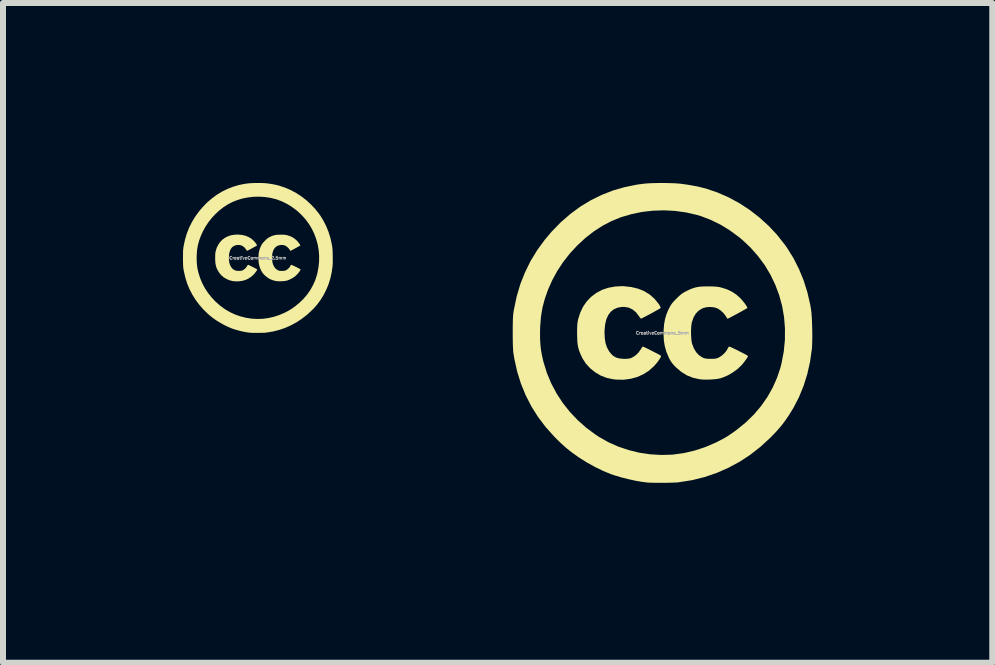
<source format=kicad_pcb>
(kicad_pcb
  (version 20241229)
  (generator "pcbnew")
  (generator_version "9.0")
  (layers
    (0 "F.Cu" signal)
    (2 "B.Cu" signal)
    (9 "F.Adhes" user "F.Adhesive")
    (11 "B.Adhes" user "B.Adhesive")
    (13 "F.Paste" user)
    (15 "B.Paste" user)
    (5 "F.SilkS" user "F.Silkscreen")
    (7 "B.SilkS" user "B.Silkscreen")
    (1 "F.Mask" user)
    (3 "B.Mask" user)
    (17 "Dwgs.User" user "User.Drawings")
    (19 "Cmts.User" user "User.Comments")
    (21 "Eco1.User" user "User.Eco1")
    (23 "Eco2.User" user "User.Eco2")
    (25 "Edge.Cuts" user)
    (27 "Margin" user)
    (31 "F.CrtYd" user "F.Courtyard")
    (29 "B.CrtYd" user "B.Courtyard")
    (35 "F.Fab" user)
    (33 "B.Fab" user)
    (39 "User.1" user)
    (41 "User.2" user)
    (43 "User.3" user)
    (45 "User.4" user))
  (footprint "CreativeCommons_2.5mm"
    (layer "F.Cu")
    (at 1.248 1.25)
    (property "Reference" "CreativeCommons_2.5mm" (at 0 0 0) (layer "F.Fab") (effects (font (size 0.05 0.05) (thickness 0.013))))
    (attr board_only exclude_from_pos_files exclude_from_bom)
    (fp_poly (pts (xy -0.32 -0.389) (xy -0.259 -0.383) (xy -0.202 -0.369) (xy -0.152 -0.348) (xy -0.107 -0.32) (xy -0.067 -0.285) (xy -0.032 -0.243) (xy -0.025 -0.233) (xy -0.018 -0.221) (xy -0.015 -0.211) (xy -0.015 -0.208) (xy -0.019 -0.205) (xy -0.03 -0.198) (xy -0.046 -0.189) (xy -0.066 -0.178) (xy -0.088 -0.166) (xy -0.111 -0.153) (xy -0.133 -0.142) (xy -0.153 -0.131) (xy -0.169 -0.123) (xy -0.178 -0.119) (xy -0.182 -0.122) (xy -0.189 -0.13) (xy -0.197 -0.142) (xy -0.221 -0.173) (xy -0.249 -0.196) (xy -0.281 -0.211) (xy -0.316 -0.217) (xy -0.335 -0.217) (xy -0.372 -0.211) (xy -0.404 -0.197) (xy -0.43 -0.177) (xy -0.452 -0.149) (xy -0.467 -0.113) (xy -0.478 -0.071) (xy -0.482 -0.022) (xy -0.483 -0.007) (xy -0.481 0.042) (xy -0.474 0.084) (xy -0.462 0.121) (xy -0.445 0.152) (xy -0.427 0.175) (xy -0.406 0.193) (xy -0.383 0.206) (xy -0.356 0.213) (xy -0.323 0.216) (xy -0.318 0.216) (xy -0.295 0.215) (xy -0.278 0.214) (xy -0.264 0.21) (xy -0.254 0.206) (xy -0.226 0.189) (xy -0.2 0.165) (xy -0.181 0.138) (xy -0.173 0.125) (xy -0.167 0.116) (xy -0.163 0.114) (xy -0.157 0.116) (xy -0.145 0.121) (xy -0.128 0.129) (xy -0.108 0.139) (xy -0.087 0.15) (xy -0.065 0.161) (xy -0.045 0.171) (xy -0.029 0.18) (xy -0.017 0.187) (xy -0.012 0.191) (xy -0.012 0.191) (xy -0.012 0.197) (xy -0.018 0.209) (xy -0.028 0.225) (xy -0.041 0.242) (xy -0.056 0.261) (xy -0.07 0.277) (xy -0.112 0.314) (xy -0.159 0.345) (xy -0.21 0.368) (xy -0.266 0.383) (xy -0.324 0.39) (xy -0.385 0.389) (xy -0.414 0.386) (xy -0.466 0.374) (xy -0.515 0.354) (xy -0.561 0.328) (xy -0.602 0.295) (xy -0.637 0.256) (xy -0.665 0.213) (xy -0.67 0.204) (xy -0.684 0.175) (xy -0.694 0.148) (xy -0.701 0.122) (xy -0.706 0.095) (xy -0.709 0.064) (xy -0.711 0.028) (xy -0.711 0.007) (xy -0.711 -0.027) (xy -0.71 -0.053) (xy -0.709 -0.074) (xy -0.707 -0.092) (xy -0.704 -0.109) (xy -0.703 -0.111) (xy -0.686 -0.168) (xy -0.661 -0.218) (xy -0.631 -0.263) (xy -0.594 -0.302) (xy -0.551 -0.334) (xy -0.503 -0.359) (xy -0.451 -0.377) (xy -0.394 -0.387) (xy -0.333 -0.39)) (stroke (width 0) (type solid)) (fill yes) (layer "F.SilkS"))
    (fp_poly (pts (xy 0.384 -0.388) (xy 0.415 -0.388) (xy 0.439 -0.387) (xy 0.458 -0.385) (xy 0.475 -0.382) (xy 0.492 -0.378) (xy 0.493 -0.378) (xy 0.539 -0.363) (xy 0.579 -0.344) (xy 0.615 -0.32) (xy 0.647 -0.292) (xy 0.661 -0.278) (xy 0.674 -0.261) (xy 0.687 -0.244) (xy 0.698 -0.229) (xy 0.705 -0.216) (xy 0.708 -0.209) (xy 0.708 -0.208) (xy 0.704 -0.205) (xy 0.693 -0.199) (xy 0.677 -0.19) (xy 0.658 -0.179) (xy 0.636 -0.167) (xy 0.614 -0.155) (xy 0.592 -0.143) (xy 0.573 -0.133) (xy 0.557 -0.125) (xy 0.547 -0.12) (xy 0.543 -0.118) (xy 0.54 -0.122) (xy 0.534 -0.131) (xy 0.53 -0.138) (xy 0.512 -0.162) (xy 0.489 -0.184) (xy 0.465 -0.201) (xy 0.457 -0.205) (xy 0.43 -0.214) (xy 0.399 -0.217) (xy 0.368 -0.214) (xy 0.339 -0.207) (xy 0.332 -0.204) (xy 0.302 -0.186) (xy 0.278 -0.161) (xy 0.259 -0.129) (xy 0.246 -0.09) (xy 0.245 -0.086) (xy 0.241 -0.066) (xy 0.239 -0.039) (xy 0.239 -0.009) (xy 0.239 0.021) (xy 0.241 0.05) (xy 0.244 0.074) (xy 0.247 0.088) (xy 0.262 0.128) (xy 0.281 0.16) (xy 0.304 0.185) (xy 0.332 0.203) (xy 0.334 0.205) (xy 0.346 0.21) (xy 0.358 0.213) (xy 0.373 0.215) (xy 0.393 0.216) (xy 0.402 0.216) (xy 0.425 0.215) (xy 0.441 0.214) (xy 0.454 0.211) (xy 0.466 0.207) (xy 0.47 0.205) (xy 0.492 0.191) (xy 0.514 0.172) (xy 0.532 0.151) (xy 0.543 0.133) (xy 0.549 0.121) (xy 0.555 0.114) (xy 0.557 0.114) (xy 0.564 0.116) (xy 0.576 0.121) (xy 0.593 0.129) (xy 0.613 0.139) (xy 0.635 0.149) (xy 0.657 0.16) (xy 0.677 0.171) (xy 0.694 0.18) (xy 0.707 0.187) (xy 0.713 0.192) (xy 0.714 0.192) (xy 0.711 0.199) (xy 0.704 0.211) (xy 0.694 0.226) (xy 0.682 0.242) (xy 0.669 0.258) (xy 0.66 0.269) (xy 0.627 0.301) (xy 0.587 0.33) (xy 0.543 0.354) (xy 0.499 0.373) (xy 0.477 0.379) (xy 0.456 0.383) (xy 0.428 0.386) (xy 0.397 0.388) (xy 0.365 0.389) (xy 0.335 0.388) (xy 0.311 0.386) (xy 0.309 0.386) (xy 0.254 0.373) (xy 0.204 0.353) (xy 0.158 0.325) (xy 0.115 0.289) (xy 0.113 0.287) (xy 0.094 0.267) (xy 0.08 0.25) (xy 0.069 0.234) (xy 0.058 0.214) (xy 0.053 0.205) (xy 0.033 0.158) (xy 0.02 0.111) (xy 0.012 0.061) (xy 0.01 0.006) (xy 0.011 -0.027) (xy 0.014 -0.074) (xy 0.022 -0.116) (xy 0.033 -0.155) (xy 0.05 -0.194) (xy 0.053 -0.2) (xy 0.063 -0.22) (xy 0.072 -0.236) (xy 0.084 -0.25) (xy 0.098 -0.266) (xy 0.117 -0.286) (xy 0.118 -0.287) (xy 0.138 -0.306) (xy 0.154 -0.321) (xy 0.169 -0.332) (xy 0.185 -0.342) (xy 0.205 -0.352) (xy 0.233 -0.365) (xy 0.259 -0.374) (xy 0.284 -0.381) (xy 0.31 -0.385) (xy 0.34 -0.387) (xy 0.376 -0.388)) (stroke (width 0) (type solid)) (fill yes) (layer "F.SilkS"))
    (fp_poly (pts (xy 0.055 -1.249) (xy 0.099 -1.248) (xy 0.138 -1.245) (xy 0.157 -1.243) (xy 0.208 -1.236) (xy 0.261 -1.227) (xy 0.313 -1.216) (xy 0.359 -1.204) (xy 0.365 -1.202) (xy 0.46 -1.17) (xy 0.553 -1.129) (xy 0.642 -1.081) (xy 0.728 -1.025) (xy 0.809 -0.962) (xy 0.885 -0.892) (xy 0.956 -0.817) (xy 1.02 -0.736) (xy 1.041 -0.707) (xy 1.093 -0.622) (xy 1.139 -0.531) (xy 1.178 -0.435) (xy 1.209 -0.336) (xy 1.232 -0.233) (xy 1.239 -0.195) (xy 1.242 -0.17) (xy 1.245 -0.138) (xy 1.247 -0.101) (xy 1.248 -0.06) (xy 1.249 -0.018) (xy 1.249 0.024) (xy 1.249 0.064) (xy 1.248 0.099) (xy 1.246 0.128) (xy 1.246 0.135) (xy 1.231 0.241) (xy 1.208 0.343) (xy 1.177 0.442) (xy 1.138 0.536) (xy 1.092 0.625) (xy 1.053 0.688) (xy 1.025 0.728) (xy 0.999 0.763) (xy 0.973 0.795) (xy 0.944 0.828) (xy 0.91 0.863) (xy 0.9 0.873) (xy 0.819 0.948) (xy 0.733 1.014) (xy 0.644 1.073) (xy 0.55 1.124) (xy 0.453 1.167) (xy 0.352 1.201) (xy 0.248 1.227) (xy 0.14 1.244) (xy 0.13 1.245) (xy 0.113 1.247) (xy 0.09 1.248) (xy 0.061 1.248) (xy 0.029 1.249) (xy -0.005 1.249) (xy -0.038 1.249) (xy -0.069 1.249) (xy -0.096 1.248) (xy -0.117 1.247) (xy -0.125 1.247) (xy -0.174 1.241) (xy -0.228 1.231) (xy -0.285 1.219) (xy -0.342 1.204) (xy -0.396 1.188) (xy -0.428 1.177) (xy -0.494 1.15) (xy -0.562 1.117) (xy -0.63 1.079) (xy -0.697 1.038) (xy -0.758 0.994) (xy -0.798 0.962) (xy -0.817 0.946) (xy -0.84 0.924) (xy -0.864 0.901) (xy -0.889 0.877) (xy -0.903 0.863) (xy -0.974 0.783) (xy -1.037 0.699) (xy -1.092 0.611) (xy -1.14 0.519) (xy -1.179 0.423) (xy -1.21 0.322) (xy -1.234 0.216) (xy -1.242 0.17) (xy -1.244 0.148) (xy -1.246 0.118) (xy -1.247 0.078) (xy -1.248 0.03) (xy -1.248 0) (xy -1.02 0) (xy -1.019 0.053) (xy -1.016 0.1) (xy -1.011 0.144) (xy -1.004 0.188) (xy -0.993 0.235) (xy -0.991 0.244) (xy -0.963 0.333) (xy -0.927 0.42) (xy -0.883 0.503) (xy -0.831 0.582) (xy -0.772 0.656) (xy -0.707 0.726) (xy -0.635 0.79) (xy -0.557 0.848) (xy -0.529 0.866) (xy -0.451 0.91) (xy -0.369 0.947) (xy -0.282 0.976) (xy -0.193 0.998) (xy -0.102 1.012) (xy -0.011 1.017) (xy 0.08 1.014) (xy 0.091 1.013) (xy 0.18 1.001) (xy 0.27 0.98) (xy 0.358 0.951) (xy 0.442 0.915) (xy 0.444 0.914) (xy 0.482 0.895) (xy 0.513 0.878) (xy 0.542 0.861) (xy 0.572 0.842) (xy 0.603 0.819) (xy 0.623 0.805) (xy 0.696 0.745) (xy 0.763 0.679) (xy 0.823 0.609) (xy 0.875 0.534) (xy 0.919 0.455) (xy 0.956 0.373) (xy 0.984 0.287) (xy 0.993 0.252) (xy 1.011 0.155) (xy 1.021 0.058) (xy 1.022 -0.038) (xy 1.014 -0.132) (xy 0.998 -0.224) (xy 0.973 -0.314) (xy 0.941 -0.401) (xy 0.901 -0.485) (xy 0.853 -0.565) (xy 0.797 -0.641) (xy 0.734 -0.712) (xy 0.664 -0.778) (xy 0.636 -0.801) (xy 0.562 -0.855) (xy 0.485 -0.902) (xy 0.406 -0.941) (xy 0.326 -0.972) (xy 0.289 -0.983) (xy 0.199 -1.004) (xy 0.107 -1.017) (xy 0.014 -1.022) (xy -0.078 -1.019) (xy -0.17 -1.008) (xy -0.259 -0.99) (xy -0.345 -0.964) (xy -0.425 -0.932) (xy -0.5 -0.893) (xy -0.574 -0.845) (xy -0.644 -0.79) (xy -0.71 -0.729) (xy -0.772 -0.662) (xy -0.828 -0.59) (xy -0.877 -0.514) (xy -0.918 -0.439) (xy -0.953 -0.361) (xy -0.98 -0.285) (xy -1 -0.209) (xy -1.013 -0.132) (xy -1.019 -0.051) (xy -1.02 0) (xy -1.248 0) (xy -1.248 -0.005) (xy -1.247 -0.045) (xy -1.247 -0.078) (xy -1.247 -0.105) (xy -1.246 -0.127) (xy -1.244 -0.146) (xy -1.242 -0.164) (xy -1.24 -0.181) (xy -1.237 -0.198) (xy -1.214 -0.305) (xy -1.184 -0.407) (xy -1.145 -0.506) (xy -1.098 -0.6) (xy -1.043 -0.69) (xy -0.98 -0.777) (xy -0.923 -0.844) (xy -0.848 -0.922) (xy -0.768 -0.991) (xy -0.684 -1.053) (xy -0.597 -1.106) (xy -0.505 -1.151) (xy -0.41 -1.188) (xy -0.311 -1.217) (xy -0.208 -1.237) (xy -0.161 -1.243) (xy -0.126 -1.246) (xy -0.085 -1.248) (xy -0.039 -1.25) (xy 0.008 -1.25)) (stroke (width 0) (type solid)) (fill yes) (layer "F.SilkS")))
  (footprint "CreativeCommons_5mm"
    (layer "F.Cu")
    (at 7.992 2.5)
    (property "Reference" "CreativeCommons_5mm" (at 0 0 0) (layer "F.Fab") (effects (font (size 0.05 0.05) (thickness 0.013))))
    (attr board_only exclude_from_pos_files exclude_from_bom)
    (fp_poly (pts (xy -0.641 -0.779) (xy -0.517 -0.765) (xy -0.405 -0.738) (xy -0.304 -0.697) (xy -0.213 -0.641) (xy -0.133 -0.571) (xy -0.064 -0.486) (xy -0.05 -0.466) (xy -0.037 -0.442) (xy -0.03 -0.423) (xy -0.03 -0.416) (xy -0.038 -0.41) (xy -0.06 -0.396) (xy -0.092 -0.378) (xy -0.132 -0.356) (xy -0.176 -0.331) (xy -0.221 -0.307) (xy -0.266 -0.283) (xy -0.306 -0.263) (xy -0.339 -0.246) (xy -0.356 -0.238) (xy -0.364 -0.244) (xy -0.378 -0.261) (xy -0.394 -0.284) (xy -0.442 -0.346) (xy -0.499 -0.392) (xy -0.562 -0.422) (xy -0.632 -0.434) (xy -0.67 -0.434) (xy -0.744 -0.422) (xy -0.808 -0.395) (xy -0.861 -0.353) (xy -0.903 -0.297) (xy -0.935 -0.227) (xy -0.955 -0.142) (xy -0.964 -0.044) (xy -0.965 -0.014) (xy -0.961 0.084) (xy -0.948 0.169) (xy -0.924 0.241) (xy -0.89 0.304) (xy -0.854 0.35) (xy -0.813 0.387) (xy -0.767 0.412) (xy -0.713 0.426) (xy -0.646 0.432) (xy -0.636 0.432) (xy -0.59 0.431) (xy -0.556 0.427) (xy -0.529 0.421) (xy -0.508 0.412) (xy -0.451 0.377) (xy -0.4 0.329) (xy -0.362 0.275) (xy -0.346 0.25) (xy -0.333 0.232) (xy -0.326 0.227) (xy -0.315 0.231) (xy -0.291 0.242) (xy -0.257 0.258) (xy -0.217 0.278) (xy -0.174 0.3) (xy -0.131 0.322) (xy -0.091 0.342) (xy -0.058 0.36) (xy -0.034 0.374) (xy -0.023 0.381) (xy -0.023 0.381) (xy -0.024 0.395) (xy -0.036 0.418) (xy -0.056 0.449) (xy -0.081 0.485) (xy -0.111 0.521) (xy -0.14 0.553) (xy -0.224 0.629) (xy -0.318 0.689) (xy -0.421 0.735) (xy -0.531 0.765) (xy -0.648 0.78) (xy -0.77 0.778) (xy -0.827 0.771) (xy -0.932 0.748) (xy -1.031 0.709) (xy -1.122 0.655) (xy -1.204 0.589) (xy -1.275 0.512) (xy -1.331 0.426) (xy -1.34 0.408) (xy -1.367 0.349) (xy -1.388 0.296) (xy -1.403 0.245) (xy -1.413 0.191) (xy -1.419 0.129) (xy -1.421 0.056) (xy -1.422 0.014) (xy -1.422 -0.053) (xy -1.42 -0.106) (xy -1.418 -0.148) (xy -1.413 -0.184) (xy -1.407 -0.217) (xy -1.406 -0.223) (xy -1.371 -0.335) (xy -1.323 -0.437) (xy -1.261 -0.526) (xy -1.187 -0.603) (xy -1.102 -0.667) (xy -1.007 -0.718) (xy -0.902 -0.753) (xy -0.788 -0.774) (xy -0.667 -0.78)) (stroke (width 0) (type solid)) (fill yes) (layer "F.SilkS"))
    (fp_poly (pts (xy 0.768 -0.776) (xy 0.83 -0.775) (xy 0.878 -0.773) (xy 0.917 -0.769) (xy 0.951 -0.764) (xy 0.985 -0.756) (xy 0.986 -0.755) (xy 1.079 -0.726) (xy 1.158 -0.688) (xy 1.23 -0.641) (xy 1.294 -0.584) (xy 1.321 -0.555) (xy 1.349 -0.522) (xy 1.375 -0.489) (xy 1.396 -0.458) (xy 1.411 -0.433) (xy 1.416 -0.418) (xy 1.416 -0.416) (xy 1.408 -0.41) (xy 1.386 -0.398) (xy 1.355 -0.38) (xy 1.316 -0.358) (xy 1.273 -0.334) (xy 1.228 -0.31) (xy 1.185 -0.287) (xy 1.146 -0.266) (xy 1.115 -0.25) (xy 1.093 -0.239) (xy 1.086 -0.236) (xy 1.08 -0.243) (xy 1.068 -0.262) (xy 1.06 -0.275) (xy 1.024 -0.324) (xy 0.978 -0.369) (xy 0.929 -0.403) (xy 0.914 -0.411) (xy 0.86 -0.427) (xy 0.798 -0.433) (xy 0.735 -0.429) (xy 0.678 -0.414) (xy 0.663 -0.408) (xy 0.604 -0.371) (xy 0.556 -0.322) (xy 0.519 -0.258) (xy 0.492 -0.18) (xy 0.49 -0.173) (xy 0.483 -0.131) (xy 0.479 -0.078) (xy 0.477 -0.019) (xy 0.478 0.043) (xy 0.482 0.1) (xy 0.488 0.149) (xy 0.494 0.177) (xy 0.524 0.256) (xy 0.562 0.32) (xy 0.608 0.37) (xy 0.664 0.407) (xy 0.669 0.409) (xy 0.693 0.42) (xy 0.717 0.426) (xy 0.746 0.43) (xy 0.786 0.431) (xy 0.805 0.431) (xy 0.85 0.431) (xy 0.882 0.428) (xy 0.908 0.423) (xy 0.931 0.414) (xy 0.941 0.409) (xy 0.985 0.381) (xy 1.028 0.344) (xy 1.064 0.302) (xy 1.086 0.265) (xy 1.098 0.242) (xy 1.111 0.229) (xy 1.115 0.227) (xy 1.127 0.231) (xy 1.152 0.242) (xy 1.186 0.258) (xy 1.226 0.277) (xy 1.27 0.299) (xy 1.313 0.321) (xy 1.354 0.342) (xy 1.388 0.36) (xy 1.413 0.375) (xy 1.426 0.383) (xy 1.427 0.385) (xy 1.422 0.398) (xy 1.408 0.422) (xy 1.387 0.452) (xy 1.363 0.485) (xy 1.338 0.516) (xy 1.32 0.537) (xy 1.253 0.601) (xy 1.173 0.659) (xy 1.087 0.709) (xy 0.998 0.746) (xy 0.955 0.759) (xy 0.911 0.767) (xy 0.855 0.773) (xy 0.793 0.777) (xy 0.73 0.778) (xy 0.671 0.777) (xy 0.623 0.772) (xy 0.619 0.772) (xy 0.509 0.747) (xy 0.408 0.707) (xy 0.316 0.65) (xy 0.231 0.578) (xy 0.226 0.574) (xy 0.188 0.534) (xy 0.16 0.501) (xy 0.137 0.467) (xy 0.115 0.428) (xy 0.106 0.409) (xy 0.067 0.317) (xy 0.04 0.222) (xy 0.024 0.122) (xy 0.019 0.012) (xy 0.021 -0.055) (xy 0.029 -0.149) (xy 0.044 -0.232) (xy 0.067 -0.31) (xy 0.1 -0.389) (xy 0.106 -0.4) (xy 0.126 -0.439) (xy 0.145 -0.471) (xy 0.167 -0.501) (xy 0.195 -0.533) (xy 0.234 -0.572) (xy 0.236 -0.574) (xy 0.276 -0.613) (xy 0.309 -0.642) (xy 0.339 -0.664) (xy 0.371 -0.683) (xy 0.41 -0.703) (xy 0.467 -0.73) (xy 0.518 -0.749) (xy 0.567 -0.762) (xy 0.62 -0.771) (xy 0.68 -0.775) (xy 0.753 -0.776)) (stroke (width 0) (type solid)) (fill yes) (layer "F.SilkS"))
    (fp_poly (pts (xy 0.111 -2.498) (xy 0.199 -2.495) (xy 0.276 -2.49) (xy 0.313 -2.486) (xy 0.416 -2.472) (xy 0.523 -2.453) (xy 0.626 -2.432) (xy 0.718 -2.408) (xy 0.731 -2.405) (xy 0.921 -2.34) (xy 1.106 -2.259) (xy 1.284 -2.162) (xy 1.456 -2.05) (xy 1.618 -1.924) (xy 1.771 -1.785) (xy 1.912 -1.634) (xy 2.04 -1.472) (xy 2.081 -1.414) (xy 2.187 -1.243) (xy 2.278 -1.062) (xy 2.356 -0.871) (xy 2.418 -0.672) (xy 2.465 -0.466) (xy 2.478 -0.391) (xy 2.484 -0.341) (xy 2.489 -0.277) (xy 2.493 -0.202) (xy 2.496 -0.12) (xy 2.498 -0.035) (xy 2.499 0.048) (xy 2.498 0.128) (xy 2.496 0.198) (xy 2.493 0.257) (xy 2.491 0.27) (xy 2.461 0.482) (xy 2.415 0.686) (xy 2.353 0.883) (xy 2.276 1.072) (xy 2.183 1.251) (xy 2.105 1.377) (xy 2.051 1.456) (xy 1.999 1.526) (xy 1.946 1.59) (xy 1.888 1.655) (xy 1.82 1.725) (xy 1.8 1.746) (xy 1.638 1.895) (xy 1.467 2.029) (xy 1.288 2.147) (xy 1.1 2.248) (xy 0.906 2.333) (xy 0.704 2.402) (xy 0.495 2.454) (xy 0.28 2.488) (xy 0.259 2.491) (xy 0.227 2.493) (xy 0.18 2.495) (xy 0.122 2.497) (xy 0.058 2.498) (xy -0.009 2.498) (xy -0.076 2.498) (xy -0.138 2.498) (xy -0.192 2.496) (xy -0.234 2.495) (xy -0.25 2.494) (xy -0.348 2.481) (xy -0.457 2.462) (xy -0.57 2.437) (xy -0.684 2.408) (xy -0.791 2.376) (xy -0.857 2.354) (xy -0.988 2.3) (xy -1.124 2.234) (xy -1.261 2.158) (xy -1.393 2.075) (xy -1.516 1.987) (xy -1.595 1.924) (xy -1.633 1.891) (xy -1.679 1.849) (xy -1.729 1.802) (xy -1.777 1.754) (xy -1.805 1.726) (xy -1.948 1.566) (xy -2.074 1.399) (xy -2.185 1.223) (xy -2.279 1.039) (xy -2.358 0.846) (xy -2.421 0.644) (xy -2.468 0.432) (xy -2.483 0.341) (xy -2.488 0.297) (xy -2.491 0.236) (xy -2.494 0.157) (xy -2.495 0.06) (xy -2.495 0) (xy -2.04 0) (xy -2.039 0.106) (xy -2.033 0.201) (xy -2.023 0.289) (xy -2.007 0.377) (xy -1.986 0.47) (xy -1.981 0.488) (xy -1.926 0.666) (xy -1.854 0.839) (xy -1.766 1.005) (xy -1.663 1.164) (xy -1.545 1.313) (xy -1.414 1.452) (xy -1.27 1.58) (xy -1.114 1.695) (xy -1.058 1.732) (xy -0.903 1.82) (xy -0.737 1.894) (xy -0.564 1.952) (xy -0.386 1.996) (xy -0.204 2.023) (xy -0.021 2.034) (xy 0.161 2.029) (xy 0.182 2.027) (xy 0.361 2.002) (xy 0.54 1.96) (xy 0.716 1.902) (xy 0.884 1.83) (xy 0.889 1.828) (xy 0.963 1.79) (xy 1.027 1.756) (xy 1.085 1.722) (xy 1.143 1.683) (xy 1.207 1.638) (xy 1.245 1.61) (xy 1.392 1.49) (xy 1.526 1.359) (xy 1.645 1.218) (xy 1.75 1.068) (xy 1.839 0.91) (xy 1.912 0.745) (xy 1.969 0.574) (xy 1.986 0.505) (xy 2.023 0.31) (xy 2.042 0.116) (xy 2.043 -0.075) (xy 2.028 -0.263) (xy 1.996 -0.448) (xy 1.947 -0.628) (xy 1.882 -0.802) (xy 1.802 -0.969) (xy 1.706 -1.13) (xy 1.594 -1.281) (xy 1.468 -1.424) (xy 1.327 -1.556) (xy 1.271 -1.602) (xy 1.124 -1.71) (xy 0.971 -1.804) (xy 0.812 -1.882) (xy 0.652 -1.944) (xy 0.577 -1.967) (xy 0.398 -2.008) (xy 0.214 -2.034) (xy 0.029 -2.044) (xy -0.156 -2.038) (xy -0.34 -2.017) (xy -0.518 -1.98) (xy -0.691 -1.929) (xy -0.85 -1.864) (xy -1.001 -1.785) (xy -1.147 -1.69) (xy -1.288 -1.58) (xy -1.42 -1.457) (xy -1.544 -1.323) (xy -1.656 -1.18) (xy -1.755 -1.029) (xy -1.837 -0.878) (xy -1.906 -0.722) (xy -1.96 -0.57) (xy -2 -0.419) (xy -2.025 -0.264) (xy -2.038 -0.101) (xy -2.04 0) (xy -2.495 0) (xy -2.495 -0.009) (xy -2.495 -0.09) (xy -2.494 -0.156) (xy -2.493 -0.209) (xy -2.491 -0.254) (xy -2.489 -0.292) (xy -2.485 -0.327) (xy -2.48 -0.362) (xy -2.474 -0.395) (xy -2.429 -0.609) (xy -2.368 -0.815) (xy -2.29 -1.011) (xy -2.197 -1.2) (xy -2.087 -1.38) (xy -1.96 -1.554) (xy -1.847 -1.688) (xy -1.695 -1.844) (xy -1.535 -1.983) (xy -1.368 -2.106) (xy -1.193 -2.212) (xy -1.01 -2.302) (xy -0.82 -2.376) (xy -0.621 -2.433) (xy -0.416 -2.474) (xy -0.322 -2.486) (xy -0.252 -2.493) (xy -0.169 -2.497) (xy -0.078 -2.499) (xy 0.017 -2.5)) (stroke (width 0) (type solid)) (fill yes) (layer "F.SilkS")))
  (gr_rect
    (start -3 -3)
    (end 13.491 7.998)
    (stroke (width 0.1) (type default))
    (fill no)
    (layer "Edge.Cuts")))
</source>
